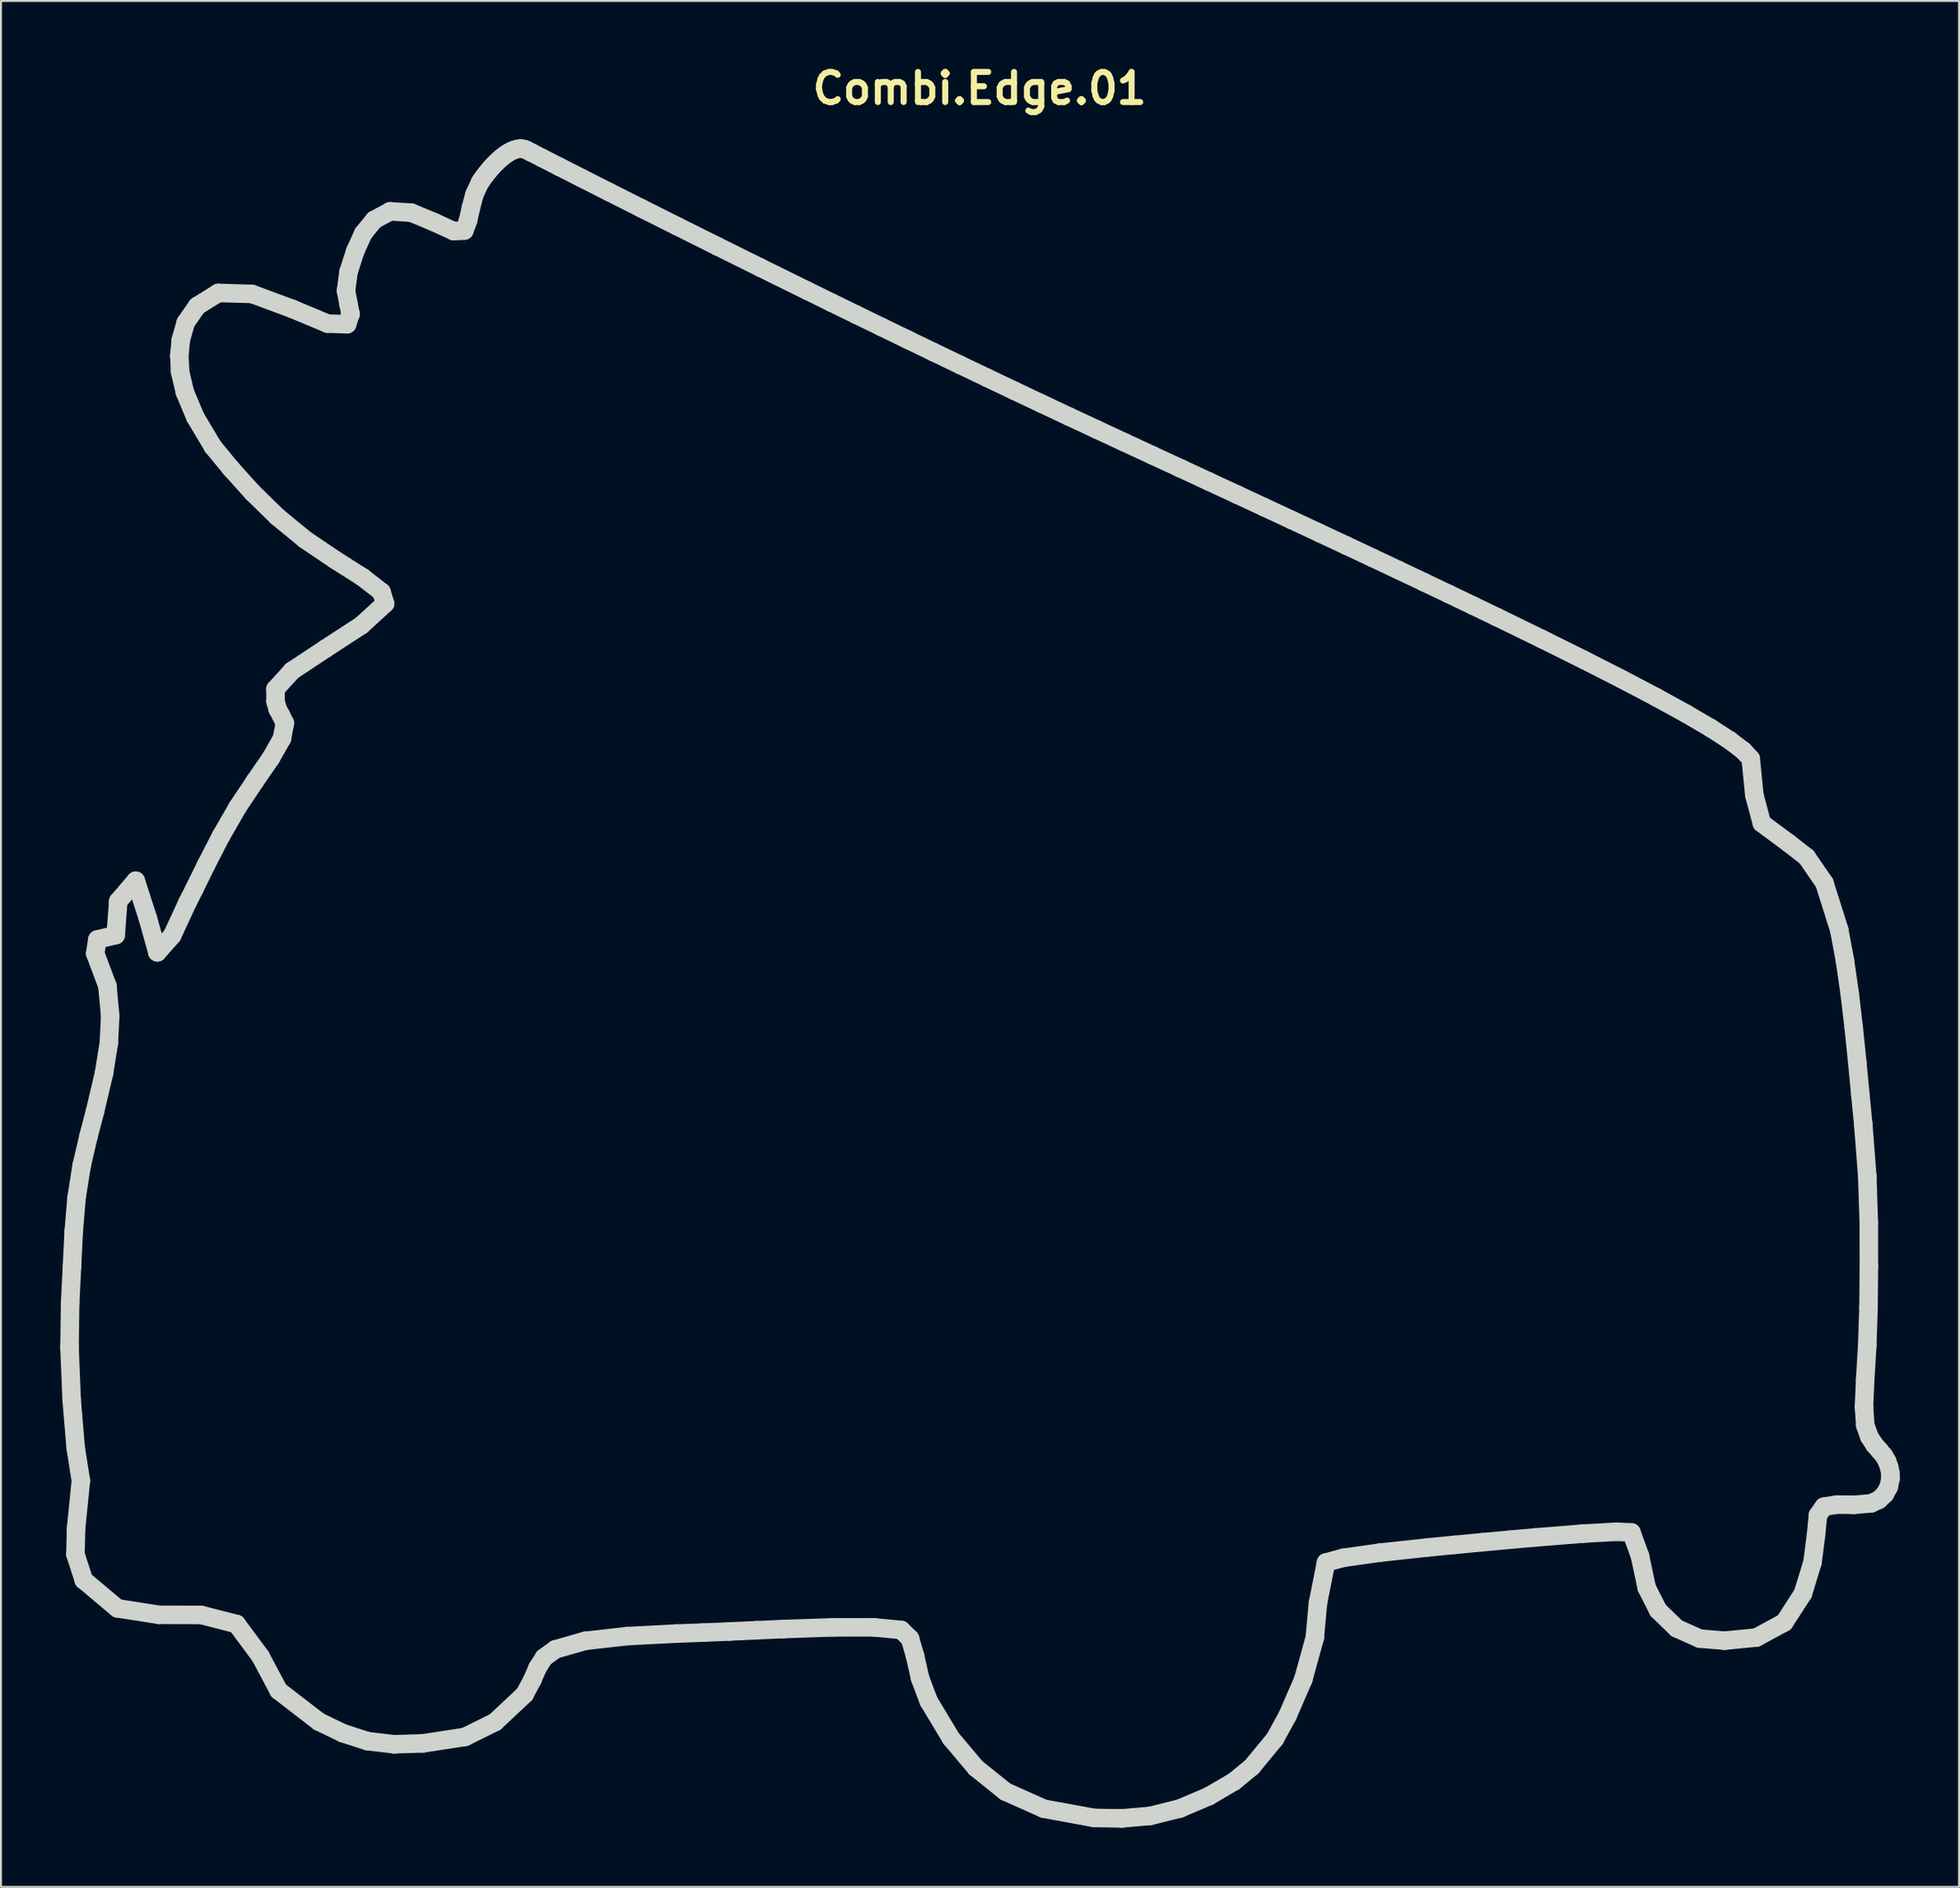
<source format=kicad_pcb>
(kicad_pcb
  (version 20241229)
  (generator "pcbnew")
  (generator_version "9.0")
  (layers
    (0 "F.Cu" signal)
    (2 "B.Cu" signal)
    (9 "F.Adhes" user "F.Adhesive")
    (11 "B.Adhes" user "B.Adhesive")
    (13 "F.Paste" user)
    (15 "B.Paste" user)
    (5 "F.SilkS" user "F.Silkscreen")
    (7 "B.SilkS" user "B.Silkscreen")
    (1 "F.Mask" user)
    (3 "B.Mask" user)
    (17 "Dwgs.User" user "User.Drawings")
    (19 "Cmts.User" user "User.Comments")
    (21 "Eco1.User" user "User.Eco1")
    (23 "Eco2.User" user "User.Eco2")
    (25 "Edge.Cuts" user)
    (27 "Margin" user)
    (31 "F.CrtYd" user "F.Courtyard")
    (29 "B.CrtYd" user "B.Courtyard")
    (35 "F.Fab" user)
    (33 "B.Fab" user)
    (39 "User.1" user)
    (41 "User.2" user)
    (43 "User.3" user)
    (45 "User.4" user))
  (footprint "Combi.Edge.01"
    (layer "F.Cu")
    (at 46.537 46.764)
    (property "Reference" "Combi.Edge.01" (at 0 -45.337 0) (layer "F.SilkS") (effects (font (size 1.524 1.524) (thickness 0.305))))
    (attr smd)
    (fp_line (start -46.068 18.409) (end -45.96 21.05) (stroke (width 0.938) (type solid)) (layer "Edge.Cuts"))
    (fp_line (start -46.036 16.15) (end -46.068 18.409) (stroke (width 0.938) (type solid)) (layer "Edge.Cuts"))
    (fp_line (start -45.96 21.05) (end -45.755 23.492) (stroke (width 0.938) (type solid)) (layer "Edge.Cuts"))
    (fp_line (start -45.943 14.307) (end -46.036 16.15) (stroke (width 0.938) (type solid)) (layer "Edge.Cuts"))
    (fp_line (start -45.855 12.533) (end -45.943 14.307) (stroke (width 0.938) (type solid)) (layer "Edge.Cuts"))
    (fp_line (start -45.768 28.882) (end -45.347 30.182) (stroke (width 0.938) (type solid)) (layer "Edge.Cuts"))
    (fp_line (start -45.755 23.492) (end -45.493 25.156) (stroke (width 0.938) (type solid)) (layer "Edge.Cuts"))
    (fp_line (start -45.739 27.592) (end -45.768 28.882) (stroke (width 0.938) (type solid)) (layer "Edge.Cuts"))
    (fp_line (start -45.712 10.831) (end -45.855 12.533) (stroke (width 0.938) (type solid)) (layer "Edge.Cuts"))
    (fp_line (start -45.493 25.156) (end -45.739 27.592) (stroke (width 0.938) (type solid)) (layer "Edge.Cuts"))
    (fp_line (start -45.455 9.206) (end -45.712 10.831) (stroke (width 0.938) (type solid)) (layer "Edge.Cuts"))
    (fp_line (start -45.347 30.182) (end -45.347 30.182) (stroke (width 0.938) (type solid)) (layer "Edge.Cuts"))
    (fp_line (start -45.347 30.182) (end -43.645 31.614) (stroke (width 0.938) (type solid)) (layer "Edge.Cuts"))
    (fp_line (start -45.111 7.725) (end -45.455 9.206) (stroke (width 0.938) (type solid)) (layer "Edge.Cuts"))
    (fp_line (start -44.777 6.454) (end -45.111 7.725) (stroke (width 0.938) (type solid)) (layer "Edge.Cuts"))
    (fp_line (start -44.768 -1.541) (end -44.149 0.104) (stroke (width 0.938) (type solid)) (layer "Edge.Cuts"))
    (fp_line (start -44.659 -2.248) (end -44.768 -1.541) (stroke (width 0.938) (type solid)) (layer "Edge.Cuts"))
    (fp_line (start -44.321 4.519) (end -44.777 6.454) (stroke (width 0.938) (type solid)) (layer "Edge.Cuts"))
    (fp_line (start -44.149 0.104) (end -44.009 1.637) (stroke (width 0.938) (type solid)) (layer "Edge.Cuts"))
    (fp_line (start -44.078 3.003) (end -44.321 4.519) (stroke (width 0.938) (type solid)) (layer "Edge.Cuts"))
    (fp_line (start -44.009 1.637) (end -44.078 3.003) (stroke (width 0.938) (type solid)) (layer "Edge.Cuts"))
    (fp_line (start -43.73 -2.472) (end -44.659 -2.248) (stroke (width 0.938) (type solid)) (layer "Edge.Cuts"))
    (fp_line (start -43.645 31.614) (end -41.541 31.943) (stroke (width 0.938) (type solid)) (layer "Edge.Cuts"))
    (fp_line (start -43.602 -4.186) (end -43.73 -2.472) (stroke (width 0.938) (type solid)) (layer "Edge.Cuts"))
    (fp_line (start -42.716 -5.223) (end -43.602 -4.186) (stroke (width 0.938) (type solid)) (layer "Edge.Cuts"))
    (fp_line (start -42.099 -3.314) (end -42.716 -5.223) (stroke (width 0.938) (type solid)) (layer "Edge.Cuts"))
    (fp_line (start -41.622 -1.6) (end -42.099 -3.314) (stroke (width 0.938) (type solid)) (layer "Edge.Cuts"))
    (fp_line (start -41.541 31.943) (end -39.406 31.948) (stroke (width 0.938) (type solid)) (layer "Edge.Cuts"))
    (fp_line (start -40.872 -2.448) (end -41.622 -1.6) (stroke (width 0.938) (type solid)) (layer "Edge.Cuts"))
    (fp_line (start -40.509 -31.804) (end -40.47 -30.988) (stroke (width 0.938) (type solid)) (layer "Edge.Cuts"))
    (fp_line (start -40.47 -30.988) (end -40.229 -29.958) (stroke (width 0.938) (type solid)) (layer "Edge.Cuts"))
    (fp_line (start -40.436 -32.601) (end -40.509 -31.804) (stroke (width 0.938) (type solid)) (layer "Edge.Cuts"))
    (fp_line (start -40.229 -29.958) (end -39.703 -28.7) (stroke (width 0.938) (type solid)) (layer "Edge.Cuts"))
    (fp_line (start -40.187 -33.481) (end -40.436 -32.601) (stroke (width 0.938) (type solid)) (layer "Edge.Cuts"))
    (fp_line (start -40.098 -4.121) (end -40.872 -2.448) (stroke (width 0.938) (type solid)) (layer "Edge.Cuts"))
    (fp_line (start -39.738 -4.831) (end -40.098 -4.121) (stroke (width 0.938) (type solid)) (layer "Edge.Cuts"))
    (fp_line (start -39.703 -28.7) (end -38.809 -27.2) (stroke (width 0.938) (type solid)) (layer "Edge.Cuts"))
    (fp_line (start -39.606 -34.318) (end -40.187 -33.481) (stroke (width 0.938) (type solid)) (layer "Edge.Cuts"))
    (fp_line (start -39.406 31.948) (end -37.613 32.409) (stroke (width 0.938) (type solid)) (layer "Edge.Cuts"))
    (fp_line (start -39.154 -6.025) (end -39.738 -4.831) (stroke (width 0.938) (type solid)) (layer "Edge.Cuts"))
    (fp_line (start -38.809 -27.2) (end -37.885 -26.079) (stroke (width 0.938) (type solid)) (layer "Edge.Cuts"))
    (fp_line (start -38.541 -34.983) (end -39.606 -34.318) (stroke (width 0.938) (type solid)) (layer "Edge.Cuts"))
    (fp_line (start -38.408 -7.474) (end -39.154 -6.025) (stroke (width 0.938) (type solid)) (layer "Edge.Cuts"))
    (fp_line (start -37.885 -26.079) (end -36.801 -24.875) (stroke (width 0.938) (type solid)) (layer "Edge.Cuts"))
    (fp_line (start -37.613 32.409) (end -36.405 34.04) (stroke (width 0.938) (type solid)) (layer "Edge.Cuts"))
    (fp_line (start -37.56 -8.947) (end -38.408 -7.474) (stroke (width 0.938) (type solid)) (layer "Edge.Cuts"))
    (fp_line (start -36.832 -34.933) (end -38.541 -34.983) (stroke (width 0.938) (type solid)) (layer "Edge.Cuts"))
    (fp_line (start -36.801 -24.875) (end -35.557 -23.66) (stroke (width 0.938) (type solid)) (layer "Edge.Cuts"))
    (fp_line (start -36.673 -10.278) (end -37.56 -8.947) (stroke (width 0.938) (type solid)) (layer "Edge.Cuts"))
    (fp_line (start -36.405 34.04) (end -35.481 35.779) (stroke (width 0.938) (type solid)) (layer "Edge.Cuts"))
    (fp_line (start -35.871 -11.442) (end -36.673 -10.278) (stroke (width 0.938) (type solid)) (layer "Edge.Cuts"))
    (fp_line (start -35.641 -14.931) (end -35.64 -14.306) (stroke (width 0.938) (type solid)) (layer "Edge.Cuts"))
    (fp_line (start -35.64 -14.306) (end -35.533 -13.913) (stroke (width 0.938) (type solid)) (layer "Edge.Cuts"))
    (fp_line (start -35.557 -23.66) (end -34.154 -22.505) (stroke (width 0.938) (type solid)) (layer "Edge.Cuts"))
    (fp_line (start -35.533 -13.913) (end -35.362 -13.597) (stroke (width 0.938) (type solid)) (layer "Edge.Cuts"))
    (fp_line (start -35.481 35.779) (end -33.448 37.348) (stroke (width 0.938) (type solid)) (layer "Edge.Cuts"))
    (fp_line (start -35.362 -13.597) (end -35.167 -13.201) (stroke (width 0.938) (type solid)) (layer "Edge.Cuts"))
    (fp_line (start -35.315 -12.422) (end -35.871 -11.442) (stroke (width 0.938) (type solid)) (layer "Edge.Cuts"))
    (fp_line (start -35.167 -13.201) (end -35.315 -12.422) (stroke (width 0.938) (type solid)) (layer "Edge.Cuts"))
    (fp_line (start -34.801 -15.855) (end -35.641 -14.931) (stroke (width 0.938) (type solid)) (layer "Edge.Cuts"))
    (fp_line (start -34.799 -34.179) (end -36.832 -34.933) (stroke (width 0.938) (type solid)) (layer "Edge.Cuts"))
    (fp_line (start -34.154 -22.505) (end -32.627 -21.473) (stroke (width 0.938) (type solid)) (layer "Edge.Cuts"))
    (fp_line (start -33.448 37.348) (end -32.224 37.938) (stroke (width 0.938) (type solid)) (layer "Edge.Cuts"))
    (fp_line (start -33.107 -16.976) (end -34.801 -15.855) (stroke (width 0.938) (type solid)) (layer "Edge.Cuts"))
    (fp_line (start -33.007 -33.431) (end -34.799 -34.179) (stroke (width 0.938) (type solid)) (layer "Edge.Cuts"))
    (fp_line (start -32.627 -21.473) (end -31.227 -20.585) (stroke (width 0.938) (type solid)) (layer "Edge.Cuts"))
    (fp_line (start -32.224 37.938) (end -30.985 38.338) (stroke (width 0.938) (type solid)) (layer "Edge.Cuts"))
    (fp_line (start -32.072 -35.099) (end -31.95 -34.437) (stroke (width 0.938) (type solid)) (layer "Edge.Cuts"))
    (fp_line (start -32.017 -33.398) (end -33.007 -33.431) (stroke (width 0.938) (type solid)) (layer "Edge.Cuts"))
    (fp_line (start -31.95 -34.437) (end -31.844 -33.916) (stroke (width 0.938) (type solid)) (layer "Edge.Cuts"))
    (fp_line (start -31.947 -36.039) (end -32.072 -35.099) (stroke (width 0.938) (type solid)) (layer "Edge.Cuts"))
    (fp_line (start -31.844 -33.916) (end -32.017 -33.398) (stroke (width 0.938) (type solid)) (layer "Edge.Cuts"))
    (fp_line (start -31.607 -37.098) (end -31.947 -36.039) (stroke (width 0.938) (type solid)) (layer "Edge.Cuts"))
    (fp_line (start -31.293 -18.157) (end -33.107 -16.976) (stroke (width 0.938) (type solid)) (layer "Edge.Cuts"))
    (fp_line (start -31.227 -20.585) (end -30.276 -19.844) (stroke (width 0.938) (type solid)) (layer "Edge.Cuts"))
    (fp_line (start -31.201 -37.994) (end -31.607 -37.098) (stroke (width 0.938) (type solid)) (layer "Edge.Cuts"))
    (fp_line (start -30.985 38.338) (end -29.631 38.497) (stroke (width 0.938) (type solid)) (layer "Edge.Cuts"))
    (fp_line (start -30.642 -38.681) (end -31.201 -37.994) (stroke (width 0.938) (type solid)) (layer "Edge.Cuts"))
    (fp_line (start -30.276 -19.844) (end -30.095 -19.255) (stroke (width 0.938) (type solid)) (layer "Edge.Cuts"))
    (fp_line (start -30.095 -19.255) (end -31.293 -18.157) (stroke (width 0.938) (type solid)) (layer "Edge.Cuts"))
    (fp_line (start -29.841 -39.113) (end -30.642 -38.681) (stroke (width 0.938) (type solid)) (layer "Edge.Cuts"))
    (fp_line (start -29.631 38.497) (end -28.181 38.451) (stroke (width 0.938) (type solid)) (layer "Edge.Cuts"))
    (fp_line (start -28.764 -39.046) (end -29.841 -39.113) (stroke (width 0.938) (type solid)) (layer "Edge.Cuts"))
    (fp_line (start -28.181 38.451) (end -26.047 38.124) (stroke (width 0.938) (type solid)) (layer "Edge.Cuts"))
    (fp_line (start -27.607 -38.564) (end -28.764 -39.046) (stroke (width 0.938) (type solid)) (layer "Edge.Cuts"))
    (fp_line (start -26.627 -38.114) (end -27.607 -38.564) (stroke (width 0.938) (type solid)) (layer "Edge.Cuts"))
    (fp_line (start -26.083 -38.142) (end -26.627 -38.114) (stroke (width 0.938) (type solid)) (layer "Edge.Cuts"))
    (fp_line (start -26.047 38.124) (end -24.527 37.37) (stroke (width 0.938) (type solid)) (layer "Edge.Cuts"))
    (fp_line (start -25.894 -38.649) (end -26.083 -38.142) (stroke (width 0.938) (type solid)) (layer "Edge.Cuts"))
    (fp_line (start -25.753 -39.28) (end -25.894 -38.649) (stroke (width 0.938) (type solid)) (layer "Edge.Cuts"))
    (fp_line (start -25.58 -39.948) (end -25.753 -39.28) (stroke (width 0.938) (type solid)) (layer "Edge.Cuts"))
    (fp_line (start -25.297 -40.566) (end -25.58 -39.948) (stroke (width 0.938) (type solid)) (layer "Edge.Cuts"))
    (fp_line (start -25.25 -40.638) (end -25.297 -40.566) (stroke (width 0.938) (type solid)) (layer "Edge.Cuts"))
    (fp_line (start -25.199 -40.712) (end -25.25 -40.638) (stroke (width 0.938) (type solid)) (layer "Edge.Cuts"))
    (fp_line (start -25.145 -40.79) (end -25.199 -40.712) (stroke (width 0.938) (type solid)) (layer "Edge.Cuts"))
    (fp_line (start -25.087 -40.869) (end -25.145 -40.79) (stroke (width 0.938) (type solid)) (layer "Edge.Cuts"))
    (fp_line (start -25.026 -40.949) (end -25.087 -40.869) (stroke (width 0.938) (type solid)) (layer "Edge.Cuts"))
    (fp_line (start -24.963 -41.031) (end -25.026 -40.949) (stroke (width 0.938) (type solid)) (layer "Edge.Cuts"))
    (fp_line (start -24.897 -41.113) (end -24.963 -41.031) (stroke (width 0.938) (type solid)) (layer "Edge.Cuts"))
    (fp_line (start -24.829 -41.196) (end -24.897 -41.113) (stroke (width 0.938) (type solid)) (layer "Edge.Cuts"))
    (fp_line (start -24.758 -41.278) (end -24.829 -41.196) (stroke (width 0.938) (type solid)) (layer "Edge.Cuts"))
    (fp_line (start -24.685 -41.36) (end -24.758 -41.278) (stroke (width 0.938) (type solid)) (layer "Edge.Cuts"))
    (fp_line (start -24.61 -41.442) (end -24.685 -41.36) (stroke (width 0.938) (type solid)) (layer "Edge.Cuts"))
    (fp_line (start -24.534 -41.522) (end -24.61 -41.442) (stroke (width 0.938) (type solid)) (layer "Edge.Cuts"))
    (fp_line (start -24.527 37.37) (end -23.034 35.971) (stroke (width 0.938) (type solid)) (layer "Edge.Cuts"))
    (fp_line (start -24.456 -41.6) (end -24.534 -41.522) (stroke (width 0.938) (type solid)) (layer "Edge.Cuts"))
    (fp_line (start -24.376 -41.676) (end -24.456 -41.6) (stroke (width 0.938) (type solid)) (layer "Edge.Cuts"))
    (fp_line (start -24.296 -41.749) (end -24.376 -41.676) (stroke (width 0.938) (type solid)) (layer "Edge.Cuts"))
    (fp_line (start -24.214 -41.82) (end -24.296 -41.749) (stroke (width 0.938) (type solid)) (layer "Edge.Cuts"))
    (fp_line (start -24.132 -41.887) (end -24.214 -41.82) (stroke (width 0.938) (type solid)) (layer "Edge.Cuts"))
    (fp_line (start -24.049 -41.95) (end -24.132 -41.887) (stroke (width 0.938) (type solid)) (layer "Edge.Cuts"))
    (fp_line (start -23.966 -42.01) (end -24.049 -41.95) (stroke (width 0.938) (type solid)) (layer "Edge.Cuts"))
    (fp_line (start -23.882 -42.064) (end -23.966 -42.01) (stroke (width 0.938) (type solid)) (layer "Edge.Cuts"))
    (fp_line (start -23.715 -42.159) (end -23.882 -42.064) (stroke (width 0.938) (type solid)) (layer "Edge.Cuts"))
    (fp_line (start -23.549 -42.229) (end -23.715 -42.159) (stroke (width 0.938) (type solid)) (layer "Edge.Cuts"))
    (fp_line (start -23.386 -42.274) (end -23.549 -42.229) (stroke (width 0.938) (type solid)) (layer "Edge.Cuts"))
    (fp_line (start -23.227 -42.289) (end -23.386 -42.274) (stroke (width 0.938) (type solid)) (layer "Edge.Cuts"))
    (fp_line (start -23.074 -42.271) (end -23.227 -42.289) (stroke (width 0.938) (type solid)) (layer "Edge.Cuts"))
    (fp_line (start -23.034 35.971) (end -22.641 35.239) (stroke (width 0.938) (type solid)) (layer "Edge.Cuts"))
    (fp_line (start -22.928 -42.216) (end -23.074 -42.271) (stroke (width 0.938) (type solid)) (layer "Edge.Cuts"))
    (fp_line (start -22.69 -42.094) (end -22.928 -42.216) (stroke (width 0.938) (type solid)) (layer "Edge.Cuts"))
    (fp_line (start -22.641 35.239) (end -22.375 34.622) (stroke (width 0.938) (type solid)) (layer "Edge.Cuts"))
    (fp_line (start -22.375 34.622) (end -22.05 34.109) (stroke (width 0.938) (type solid)) (layer "Edge.Cuts"))
    (fp_line (start -22.133 -41.809) (end -22.69 -42.094) (stroke (width 0.938) (type solid)) (layer "Edge.Cuts"))
    (fp_line (start -22.05 34.109) (end -21.476 33.692) (stroke (width 0.938) (type solid)) (layer "Edge.Cuts"))
    (fp_line (start -21.476 33.692) (end -19.966 33.26) (stroke (width 0.938) (type solid)) (layer "Edge.Cuts"))
    (fp_line (start -21.277 -41.372) (end -22.133 -41.809) (stroke (width 0.938) (type solid)) (layer "Edge.Cuts"))
    (fp_line (start -20.145 -40.796) (end -21.277 -41.372) (stroke (width 0.938) (type solid)) (layer "Edge.Cuts"))
    (fp_line (start -19.966 33.26) (end -17.85 33.022) (stroke (width 0.938) (type solid)) (layer "Edge.Cuts"))
    (fp_line (start -18.756 -40.093) (end -20.145 -40.796) (stroke (width 0.938) (type solid)) (layer "Edge.Cuts"))
    (fp_line (start -17.85 33.022) (end -15.341 32.892) (stroke (width 0.938) (type solid)) (layer "Edge.Cuts"))
    (fp_line (start -17.133 -39.275) (end -18.756 -40.093) (stroke (width 0.938) (type solid)) (layer "Edge.Cuts"))
    (fp_line (start -15.341 32.892) (end -14.006 32.842) (stroke (width 0.938) (type solid)) (layer "Edge.Cuts"))
    (fp_line (start -15.296 -38.354) (end -17.133 -39.275) (stroke (width 0.938) (type solid)) (layer "Edge.Cuts"))
    (fp_line (start -14.006 32.842) (end -12.652 32.786) (stroke (width 0.938) (type solid)) (layer "Edge.Cuts"))
    (fp_line (start -13.267 -37.342) (end -15.296 -38.354) (stroke (width 0.938) (type solid)) (layer "Edge.Cuts"))
    (fp_line (start -12.652 32.786) (end -11.294 32.724) (stroke (width 0.938) (type solid)) (layer "Edge.Cuts"))
    (fp_line (start -11.294 32.724) (end -9.95 32.664) (stroke (width 0.938) (type solid)) (layer "Edge.Cuts"))
    (fp_line (start -11.068 -36.251) (end -13.267 -37.342) (stroke (width 0.938) (type solid)) (layer "Edge.Cuts"))
    (fp_line (start -9.95 32.664) (end -7.431 32.578) (stroke (width 0.938) (type solid)) (layer "Edge.Cuts"))
    (fp_line (start -8.718 -35.093) (end -11.068 -36.251) (stroke (width 0.938) (type solid)) (layer "Edge.Cuts"))
    (fp_line (start -7.494 -34.492) (end -8.718 -35.093) (stroke (width 0.938) (type solid)) (layer "Edge.Cuts"))
    (fp_line (start -7.431 32.578) (end -5.352 32.576) (stroke (width 0.938) (type solid)) (layer "Edge.Cuts"))
    (fp_line (start -6.24 -33.88) (end -7.494 -34.492) (stroke (width 0.938) (type solid)) (layer "Edge.Cuts"))
    (fp_line (start -5.352 32.576) (end -3.968 32.71) (stroke (width 0.938) (type solid)) (layer "Edge.Cuts"))
    (fp_line (start -4.959 -33.257) (end -6.24 -33.88) (stroke (width 0.938) (type solid)) (layer "Edge.Cuts"))
    (fp_line (start -3.968 32.71) (end -3.525 33.143) (stroke (width 0.938) (type solid)) (layer "Edge.Cuts"))
    (fp_line (start -3.654 -32.624) (end -4.959 -33.257) (stroke (width 0.938) (type solid)) (layer "Edge.Cuts"))
    (fp_line (start -3.525 33.143) (end -3.267 34.03) (stroke (width 0.938) (type solid)) (layer "Edge.Cuts"))
    (fp_line (start -3.267 34.03) (end -3.013 35.157) (stroke (width 0.938) (type solid)) (layer "Edge.Cuts"))
    (fp_line (start -3.013 35.157) (end -2.578 36.313) (stroke (width 0.938) (type solid)) (layer "Edge.Cuts"))
    (fp_line (start -2.578 36.313) (end -1.443 38.202) (stroke (width 0.938) (type solid)) (layer "Edge.Cuts"))
    (fp_line (start -2.328 -31.984) (end -3.654 -32.624) (stroke (width 0.938) (type solid)) (layer "Edge.Cuts"))
    (fp_line (start -1.443 38.202) (end -0.188 39.69) (stroke (width 0.938) (type solid)) (layer "Edge.Cuts"))
    (fp_line (start -0.983 -31.338) (end -2.328 -31.984) (stroke (width 0.938) (type solid)) (layer "Edge.Cuts"))
    (fp_line (start -0.188 39.69) (end 1.307 40.891) (stroke (width 0.938) (type solid)) (layer "Edge.Cuts"))
    (fp_line (start 0.379 -30.687) (end -0.983 -31.338) (stroke (width 0.938) (type solid)) (layer "Edge.Cuts"))
    (fp_line (start 1.307 40.891) (end 3.252 41.759) (stroke (width 0.938) (type solid)) (layer "Edge.Cuts"))
    (fp_line (start 1.754 -30.033) (end 0.379 -30.687) (stroke (width 0.938) (type solid)) (layer "Edge.Cuts"))
    (fp_line (start 3.14 -29.377) (end 1.754 -30.033) (stroke (width 0.938) (type solid)) (layer "Edge.Cuts"))
    (fp_line (start 3.252 41.759) (end 5.795 42.226) (stroke (width 0.938) (type solid)) (layer "Edge.Cuts"))
    (fp_line (start 4.534 -28.721) (end 3.14 -29.377) (stroke (width 0.938) (type solid)) (layer "Edge.Cuts"))
    (fp_line (start 5.795 42.226) (end 7.193 42.249) (stroke (width 0.938) (type solid)) (layer "Edge.Cuts"))
    (fp_line (start 5.934 -28.067) (end 4.534 -28.721) (stroke (width 0.938) (type solid)) (layer "Edge.Cuts"))
    (fp_line (start 7.193 42.249) (end 8.634 42.124) (stroke (width 0.938) (type solid)) (layer "Edge.Cuts"))
    (fp_line (start 7.337 -27.415) (end 5.934 -28.067) (stroke (width 0.938) (type solid)) (layer "Edge.Cuts"))
    (fp_line (start 8.634 42.124) (end 10.135 41.75) (stroke (width 0.938) (type solid)) (layer "Edge.Cuts"))
    (fp_line (start 8.761 -26.755) (end 7.337 -27.415) (stroke (width 0.938) (type solid)) (layer "Edge.Cuts"))
    (fp_line (start 10.135 41.75) (end 11.613 41.12) (stroke (width 0.938) (type solid)) (layer "Edge.Cuts"))
    (fp_line (start 10.185 -26.096) (end 8.761 -26.755) (stroke (width 0.938) (type solid)) (layer "Edge.Cuts"))
    (fp_line (start 11.604 -25.437) (end 10.185 -26.096) (stroke (width 0.938) (type solid)) (layer "Edge.Cuts"))
    (fp_line (start 11.613 41.12) (end 12.888 40.371) (stroke (width 0.938) (type solid)) (layer "Edge.Cuts"))
    (fp_line (start 12.888 40.371) (end 13.778 39.639) (stroke (width 0.938) (type solid)) (layer "Edge.Cuts"))
    (fp_line (start 13.016 -24.782) (end 11.604 -25.437) (stroke (width 0.938) (type solid)) (layer "Edge.Cuts"))
    (fp_line (start 13.778 39.639) (end 14.946 38.223) (stroke (width 0.938) (type solid)) (layer "Edge.Cuts"))
    (fp_line (start 14.419 -24.129) (end 13.016 -24.782) (stroke (width 0.938) (type solid)) (layer "Edge.Cuts"))
    (fp_line (start 14.946 38.223) (end 15.585 37.056) (stroke (width 0.938) (type solid)) (layer "Edge.Cuts"))
    (fp_line (start 15.585 37.056) (end 16.383 35.217) (stroke (width 0.938) (type solid)) (layer "Edge.Cuts"))
    (fp_line (start 15.81 -23.481) (end 14.419 -24.129) (stroke (width 0.938) (type solid)) (layer "Edge.Cuts"))
    (fp_line (start 16.383 35.217) (end 16.966 33.101) (stroke (width 0.938) (type solid)) (layer "Edge.Cuts"))
    (fp_line (start 16.966 33.101) (end 17.126 31.347) (stroke (width 0.938) (type solid)) (layer "Edge.Cuts"))
    (fp_line (start 17.126 31.347) (end 17.533 29.295) (stroke (width 0.938) (type solid)) (layer "Edge.Cuts"))
    (fp_line (start 17.186 -22.838) (end 15.81 -23.481) (stroke (width 0.938) (type solid)) (layer "Edge.Cuts"))
    (fp_line (start 17.533 29.295) (end 18.407 29.057) (stroke (width 0.938) (type solid)) (layer "Edge.Cuts"))
    (fp_line (start 18.407 29.057) (end 20.236 28.799) (stroke (width 0.938) (type solid)) (layer "Edge.Cuts"))
    (fp_line (start 18.545 -22.202) (end 17.186 -22.838) (stroke (width 0.938) (type solid)) (layer "Edge.Cuts"))
    (fp_line (start 19.884 -21.573) (end 18.545 -22.202) (stroke (width 0.938) (type solid)) (layer "Edge.Cuts"))
    (fp_line (start 20.236 28.799) (end 22.69 28.532) (stroke (width 0.938) (type solid)) (layer "Edge.Cuts"))
    (fp_line (start 21.2 -20.952) (end 19.884 -21.573) (stroke (width 0.938) (type solid)) (layer "Edge.Cuts"))
    (fp_line (start 22.49 -20.34) (end 21.2 -20.952) (stroke (width 0.938) (type solid)) (layer "Edge.Cuts"))
    (fp_line (start 22.69 28.532) (end 24.047 28.4) (stroke (width 0.938) (type solid)) (layer "Edge.Cuts"))
    (fp_line (start 23.753 -19.739) (end 22.49 -20.34) (stroke (width 0.938) (type solid)) (layer "Edge.Cuts"))
    (fp_line (start 24.047 28.4) (end 25.435 28.269) (stroke (width 0.938) (type solid)) (layer "Edge.Cuts"))
    (fp_line (start 24.985 -19.149) (end 23.753 -19.739) (stroke (width 0.938) (type solid)) (layer "Edge.Cuts"))
    (fp_line (start 25.435 28.269) (end 26.814 28.142) (stroke (width 0.938) (type solid)) (layer "Edge.Cuts"))
    (fp_line (start 26.184 -18.571) (end 24.985 -19.149) (stroke (width 0.938) (type solid)) (layer "Edge.Cuts"))
    (fp_line (start 26.814 28.142) (end 28.145 28.024) (stroke (width 0.938) (type solid)) (layer "Edge.Cuts"))
    (fp_line (start 28.145 28.024) (end 30.51 27.834) (stroke (width 0.938) (type solid)) (layer "Edge.Cuts"))
    (fp_line (start 28.47 -17.457) (end 26.184 -18.571) (stroke (width 0.938) (type solid)) (layer "Edge.Cuts"))
    (fp_line (start 30.51 27.834) (end 32.228 27.736) (stroke (width 0.938) (type solid)) (layer "Edge.Cuts"))
    (fp_line (start 30.592 -16.403) (end 28.47 -17.457) (stroke (width 0.938) (type solid)) (layer "Edge.Cuts"))
    (fp_line (start 32.228 27.736) (end 32.994 27.772) (stroke (width 0.938) (type solid)) (layer "Edge.Cuts"))
    (fp_line (start 32.527 -15.418) (end 30.592 -16.403) (stroke (width 0.938) (type solid)) (layer "Edge.Cuts"))
    (fp_line (start 32.994 27.772) (end 33.425 28.961) (stroke (width 0.938) (type solid)) (layer "Edge.Cuts"))
    (fp_line (start 33.425 28.961) (end 33.769 30.578) (stroke (width 0.938) (type solid)) (layer "Edge.Cuts"))
    (fp_line (start 33.769 30.578) (end 34.345 31.713) (stroke (width 0.938) (type solid)) (layer "Edge.Cuts"))
    (fp_line (start 34.255 -14.509) (end 32.527 -15.418) (stroke (width 0.938) (type solid)) (layer "Edge.Cuts"))
    (fp_line (start 34.345 31.713) (end 35.279 32.622) (stroke (width 0.938) (type solid)) (layer "Edge.Cuts"))
    (fp_line (start 35.279 32.622) (end 36.45 33.146) (stroke (width 0.938) (type solid)) (layer "Edge.Cuts"))
    (fp_line (start 35.753 -13.686) (end 34.255 -14.509) (stroke (width 0.938) (type solid)) (layer "Edge.Cuts"))
    (fp_line (start 36.45 33.146) (end 37.711 33.251) (stroke (width 0.938) (type solid)) (layer "Edge.Cuts"))
    (fp_line (start 37.002 -12.955) (end 35.753 -13.686) (stroke (width 0.938) (type solid)) (layer "Edge.Cuts"))
    (fp_line (start 37.711 33.251) (end 39.319 33.092) (stroke (width 0.938) (type solid)) (layer "Edge.Cuts"))
    (fp_line (start 37.979 -12.324) (end 37.002 -12.955) (stroke (width 0.938) (type solid)) (layer "Edge.Cuts"))
    (fp_line (start 38.663 -11.802) (end 37.979 -12.324) (stroke (width 0.938) (type solid)) (layer "Edge.Cuts"))
    (fp_line (start 39.034 -11.397) (end 38.663 -11.802) (stroke (width 0.938) (type solid)) (layer "Edge.Cuts"))
    (fp_line (start 39.214 -9.561) (end 39.034 -11.397) (stroke (width 0.938) (type solid)) (layer "Edge.Cuts"))
    (fp_line (start 39.319 33.092) (end 40.731 32.328) (stroke (width 0.938) (type solid)) (layer "Edge.Cuts"))
    (fp_line (start 39.595 -8.136) (end 39.214 -9.561) (stroke (width 0.938) (type solid)) (layer "Edge.Cuts"))
    (fp_line (start 40.731 32.328) (end 41.673 30.871) (stroke (width 0.938) (type solid)) (layer "Edge.Cuts"))
    (fp_line (start 40.964 -7.12) (end 39.595 -8.136) (stroke (width 0.938) (type solid)) (layer "Edge.Cuts"))
    (fp_line (start 41.673 30.871) (end 42.161 29.282) (stroke (width 0.938) (type solid)) (layer "Edge.Cuts"))
    (fp_line (start 41.857 -6.427) (end 40.964 -7.12) (stroke (width 0.938) (type solid)) (layer "Edge.Cuts"))
    (fp_line (start 42.161 29.282) (end 42.335 27.922) (stroke (width 0.938) (type solid)) (layer "Edge.Cuts"))
    (fp_line (start 42.335 27.922) (end 42.437 26.891) (stroke (width 0.938) (type solid)) (layer "Edge.Cuts"))
    (fp_line (start 42.437 26.891) (end 42.732 26.469) (stroke (width 0.938) (type solid)) (layer "Edge.Cuts"))
    (fp_line (start 42.732 26.469) (end 43.395 26.362) (stroke (width 0.938) (type solid)) (layer "Edge.Cuts"))
    (fp_line (start 42.762 -5.112) (end 41.857 -6.427) (stroke (width 0.938) (type solid)) (layer "Edge.Cuts"))
    (fp_line (start 43.395 26.362) (end 44.25 26.373) (stroke (width 0.938) (type solid)) (layer "Edge.Cuts"))
    (fp_line (start 43.511 -2.74) (end 42.762 -5.112) (stroke (width 0.938) (type solid)) (layer "Edge.Cuts"))
    (fp_line (start 43.799 -1.199) (end 43.511 -2.74) (stroke (width 0.938) (type solid)) (layer "Edge.Cuts"))
    (fp_line (start 44.042 0.48) (end 43.799 -1.199) (stroke (width 0.938) (type solid)) (layer "Edge.Cuts"))
    (fp_line (start 44.247 2.223) (end 44.042 0.48) (stroke (width 0.938) (type solid)) (layer "Edge.Cuts"))
    (fp_line (start 44.25 26.373) (end 45.121 26.302) (stroke (width 0.938) (type solid)) (layer "Edge.Cuts"))
    (fp_line (start 44.424 3.956) (end 44.247 2.223) (stroke (width 0.938) (type solid)) (layer "Edge.Cuts"))
    (fp_line (start 44.581 5.606) (end 44.424 3.956) (stroke (width 0.938) (type solid)) (layer "Edge.Cuts"))
    (fp_line (start 44.727 7.098) (end 44.581 5.606) (stroke (width 0.938) (type solid)) (layer "Edge.Cuts"))
    (fp_line (start 44.764 21.409) (end 44.826 20.027) (stroke (width 0.938) (type solid)) (layer "Edge.Cuts"))
    (fp_line (start 44.826 20.027) (end 44.931 18.31) (stroke (width 0.938) (type solid)) (layer "Edge.Cuts"))
    (fp_line (start 44.83 22.346) (end 44.764 21.409) (stroke (width 0.938) (type solid)) (layer "Edge.Cuts"))
    (fp_line (start 44.931 18.31) (end 44.994 16.373) (stroke (width 0.938) (type solid)) (layer "Edge.Cuts"))
    (fp_line (start 44.932 9.733) (end 44.727 7.098) (stroke (width 0.938) (type solid)) (layer "Edge.Cuts"))
    (fp_line (start 44.994 16.373) (end 45.014 14.313) (stroke (width 0.938) (type solid)) (layer "Edge.Cuts"))
    (fp_line (start 45.01 12.119) (end 44.932 9.733) (stroke (width 0.938) (type solid)) (layer "Edge.Cuts"))
    (fp_line (start 45.014 14.313) (end 45.01 12.119) (stroke (width 0.938) (type solid)) (layer "Edge.Cuts"))
    (fp_line (start 45.033 22.919) (end 44.83 22.346) (stroke (width 0.938) (type solid)) (layer "Edge.Cuts"))
    (fp_line (start 45.121 26.302) (end 45.516 26.121) (stroke (width 0.938) (type solid)) (layer "Edge.Cuts"))
    (fp_line (start 45.291 23.324) (end 45.033 22.919) (stroke (width 0.938) (type solid)) (layer "Edge.Cuts"))
    (fp_line (start 45.516 26.121) (end 45.818 25.834) (stroke (width 0.938) (type solid)) (layer "Edge.Cuts"))
    (fp_line (start 45.554 23.627) (end 45.291 23.324) (stroke (width 0.938) (type solid)) (layer "Edge.Cuts"))
    (fp_line (start 45.776 23.889) (end 45.554 23.627) (stroke (width 0.938) (type solid)) (layer "Edge.Cuts"))
    (fp_line (start 45.818 25.834) (end 46.019 25.466) (stroke (width 0.938) (type solid)) (layer "Edge.Cuts"))
    (fp_line (start 45.934 24.169) (end 45.776 23.889) (stroke (width 0.938) (type solid)) (layer "Edge.Cuts"))
    (fp_line (start 46.019 25.466) (end 46.108 25.044) (stroke (width 0.938) (type solid)) (layer "Edge.Cuts"))
    (fp_line (start 46.041 24.468) (end 45.934 24.169) (stroke (width 0.938) (type solid)) (layer "Edge.Cuts"))
    (fp_line (start 46.099 24.766) (end 46.041 24.468) (stroke (width 0.938) (type solid)) (layer "Edge.Cuts"))
    (fp_line (start 46.108 25.044) (end 46.099 24.766) (stroke (width 0.938) (type solid)) (layer "Edge.Cuts")))
  (gr_rect
    (start -3 -3)
    (end 96.114 92.481)
    (stroke (width 0.1) (type default))
    (fill no)
    (layer "Edge.Cuts")))
</source>
